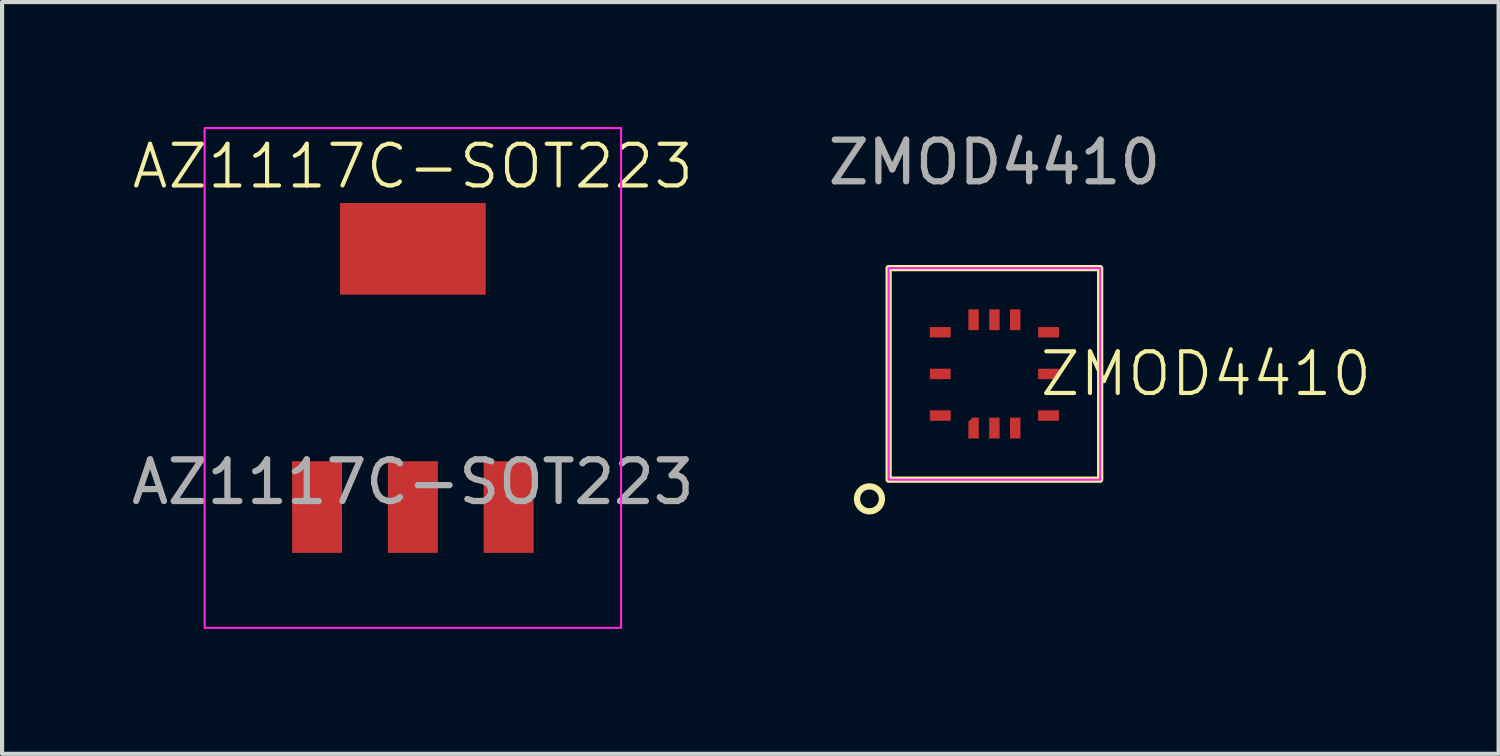
<source format=kicad_pcb>
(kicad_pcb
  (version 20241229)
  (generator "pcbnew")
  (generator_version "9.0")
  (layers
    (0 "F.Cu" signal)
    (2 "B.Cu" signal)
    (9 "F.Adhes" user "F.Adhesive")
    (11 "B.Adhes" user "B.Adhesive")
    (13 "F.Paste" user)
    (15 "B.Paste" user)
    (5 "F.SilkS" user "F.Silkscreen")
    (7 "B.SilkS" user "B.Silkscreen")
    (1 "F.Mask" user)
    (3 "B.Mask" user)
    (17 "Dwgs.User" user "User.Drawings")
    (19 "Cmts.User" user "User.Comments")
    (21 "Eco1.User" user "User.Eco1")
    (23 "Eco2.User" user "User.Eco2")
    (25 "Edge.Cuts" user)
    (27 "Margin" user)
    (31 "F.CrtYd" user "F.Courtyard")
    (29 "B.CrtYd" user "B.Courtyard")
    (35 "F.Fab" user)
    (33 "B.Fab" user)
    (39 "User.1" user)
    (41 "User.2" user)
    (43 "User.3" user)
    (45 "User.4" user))
  (footprint "ZMOD4410"
    (layer "F.Cu")
    (at 20.827 5.928)
    (property "Reference" "ZMOD4410" (at 5.08 0 0) (unlocked yes) (layer "F.SilkS") (effects (font (size 1 1) (thickness 0.1))))
    (attr smd)
    (fp_rect (start -2.54 -2.54) (end 2.54 2.54) (stroke (width 0.15) (type default)) (fill no) (layer "F.SilkS"))
    (fp_circle (center -3 3) (end -2.7 3) (stroke (width 0.15) (type default)) (fill no) (layer "F.SilkS"))
    (fp_rect (start 2.54 -2.54) (end -2.54 2.54) (stroke (width 0.05) (type default)) (fill no) (layer "F.CrtYd"))
    (fp_text user "${REFERENCE}" (at 0 -5.08 0) (unlocked yes) (layer "F.Fab") (effects (font (size 1 1) (thickness 0.15))))
    (pad "1" smd roundrect (at -0.5 1.3) (size 0.25 0.5) (layers "F.Cu" "F.Mask" "F.Paste") (roundrect_rratio 0) (chamfer_ratio 0.4) (chamfer top_left))
    (pad "2" smd rect (at 0 1.3) (size 0.25 0.5) (layers "F.Cu" "F.Mask" "F.Paste"))
    (pad "3" smd rect (at 0.5 1.3) (size 0.25 0.5) (layers "F.Cu" "F.Mask" "F.Paste"))
    (pad "4" smd rect (at 1.3 1) (size 0.5 0.25) (layers "F.Cu" "F.Mask" "F.Paste"))
    (pad "5" smd rect (at 1.3 0) (size 0.5 0.25) (layers "F.Cu" "F.Mask" "F.Paste"))
    (pad "6" smd rect (at 1.3 -1) (size 0.5 0.25) (layers "F.Cu" "F.Mask" "F.Paste"))
    (pad "7" smd rect (at 0.5 -1.3) (size 0.25 0.5) (layers "F.Cu" "F.Mask" "F.Paste"))
    (pad "8" smd rect (at 0 -1.3) (size 0.25 0.5) (layers "F.Cu" "F.Mask" "F.Paste"))
    (pad "9" smd rect (at -0.5 -1.3) (size 0.25 0.5) (layers "F.Cu" "F.Mask" "F.Paste"))
    (pad "10" smd rect (at -1.3 -1) (size 0.5 0.25) (layers "F.Cu" "F.Mask" "F.Paste"))
    (pad "11" smd rect (at -1.3 0) (size 0.5 0.25) (layers "F.Cu" "F.Mask" "F.Paste"))
    (pad "12" smd rect (at -1.3 1) (size 0.5 0.25) (layers "F.Cu" "F.Mask" "F.Paste")))
  (footprint "AZ1117C-SOT223"
    (layer "F.Cu")
    (at 6.863 6.025)
    (property "Reference" "AZ1117C-SOT223" (at 0 -5.08 0) (unlocked yes) (layer "F.SilkS") (effects (font (size 1 1) (thickness 0.1))))
    (attr smd)
    (fp_rect (start -5 -6) (end 5 6) (stroke (width 0.05) (type default)) (fill no) (layer "F.CrtYd"))
    (fp_text user "${REFERENCE}" (at 0 2.5 0) (unlocked yes) (layer "F.Fab") (effects (font (size 1 1) (thickness 0.15))))
    (pad "1" smd rect (at -2.3 3.1) (size 1.2 2.2) (layers "F.Cu" "F.Mask" "F.Paste"))
    (pad "2" smd rect (at 0 3.1) (size 1.2 2.2) (layers "F.Cu" "F.Mask" "F.Paste"))
    (pad "3" smd rect (at 2.3 3.1) (size 1.2 2.2) (layers "F.Cu" "F.Mask" "F.Paste"))
    (pad "4" smd rect (at 0 -3.1) (size 3.5 2.2) (layers "F.Cu" "F.Mask" "F.Paste")))
  (gr_rect
    (start -3 -3)
    (end 32.934 15.05)
    (stroke (width 0.1) (type default))
    (fill no)
    (layer "Edge.Cuts")))
</source>
